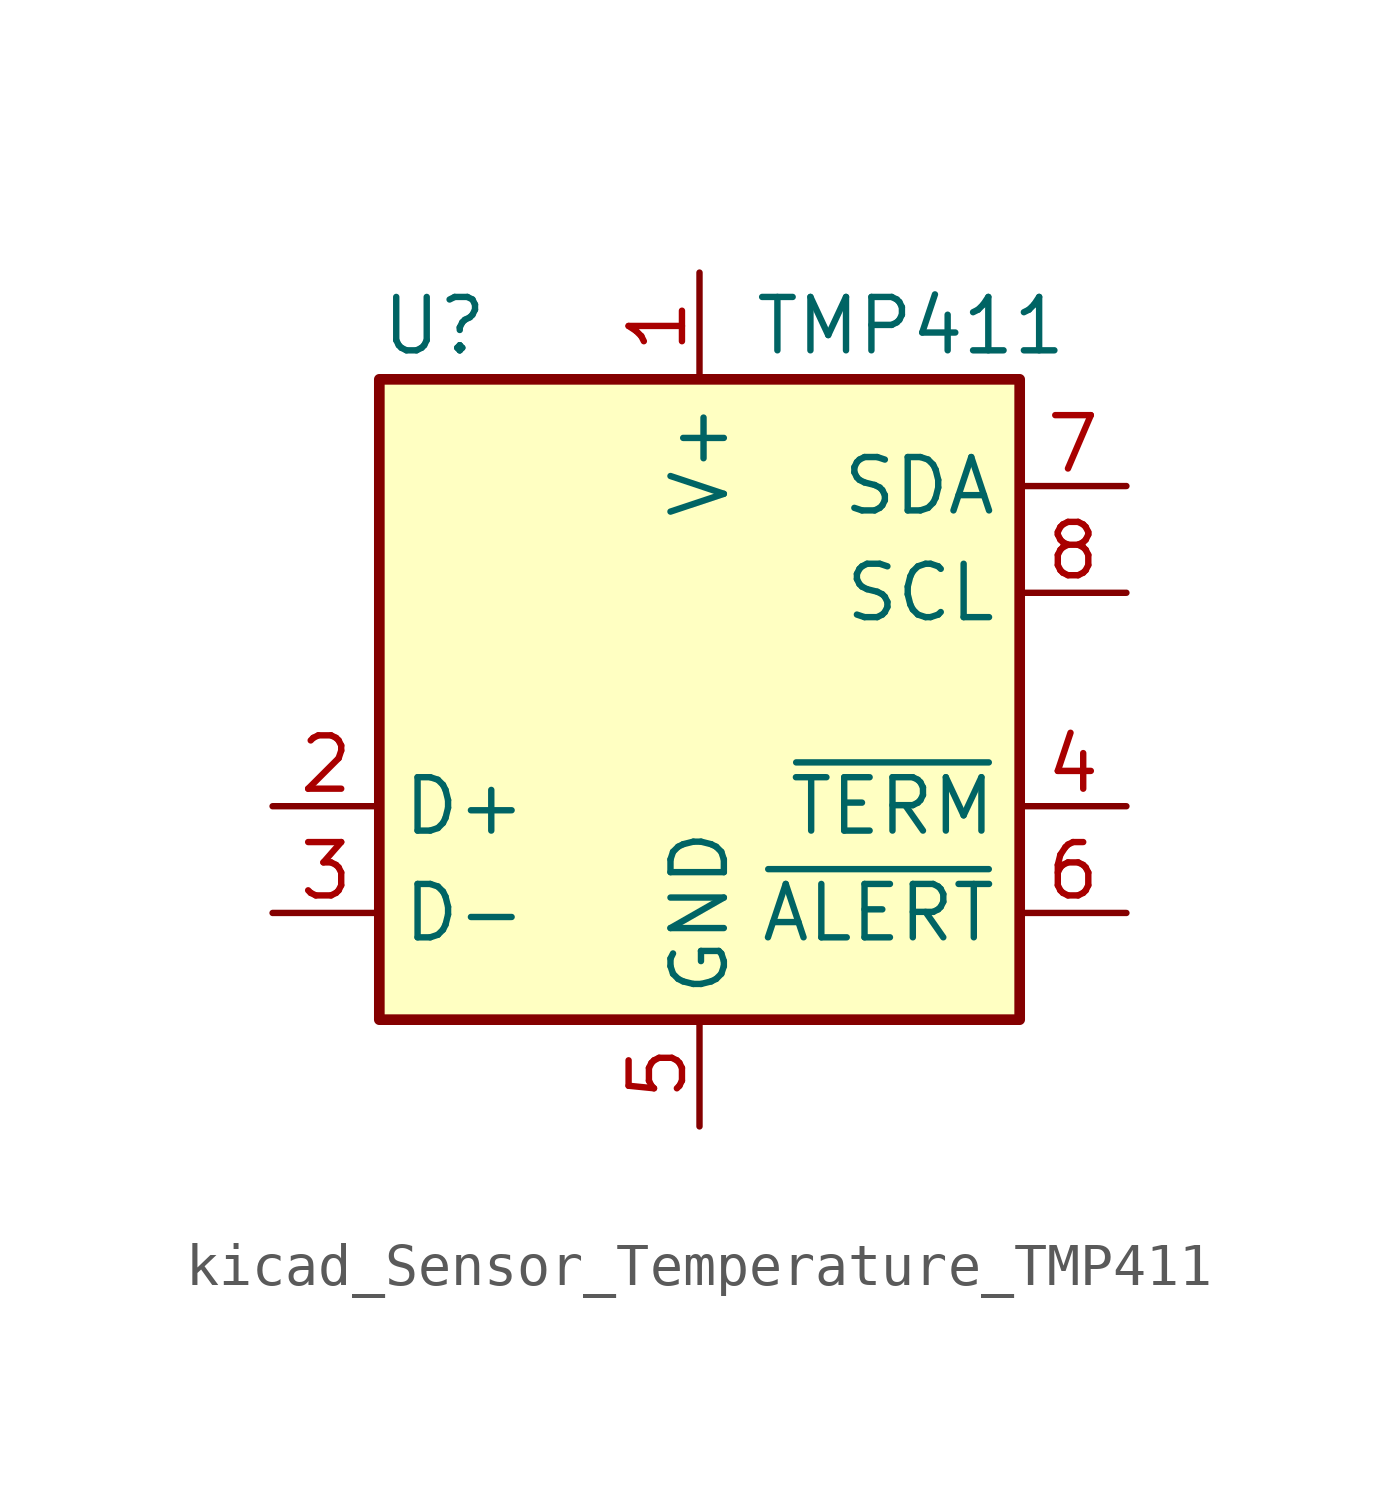
<source format=kicad_sym>
(kicad_symbol_lib
  (version 20220914)
  (generator kicad_symbol_editor)
  (symbol "kicad_Sensor_Temperature_TMP411"
    (property "Reference" "U"
      (at -7.62 8.89 0)
      (effects (font (size 1.27 1.27)) (justify left)))
    (property "Value" "TMP411"
      (at 1.27 8.89 0)
      (effects (font (size 1.27 1.27)) (justify left)))
    (symbol "kicad_Sensor_Temperature_TMP411_0_1"
      (rectangle (start -7.62 7.62) (end 7.62 -7.62) (stroke (width 0.254) (type default)) (fill (type background))))
    (symbol "kicad_Sensor_Temperature_TMP411_1_1"
      (pin power_in line (at 0 10.16 270) (length 2.54) (name "V+" (effects (font (size 1.27 1.27)))) (number "1" (effects (font (size 1.27 1.27)))))
      (pin passive line (at -10.16 -2.54 0) (length 2.54) (name "D+" (effects (font (size 1.27 1.27)))) (number "2" (effects (font (size 1.27 1.27)))))
      (pin passive line (at -10.16 -5.08 0) (length 2.54) (name "D-" (effects (font (size 1.27 1.27)))) (number "3" (effects (font (size 1.27 1.27)))))
      (pin open_collector line (at 10.16 -2.54 180) (length 2.54) (name "~{TERM}" (effects (font (size 1.27 1.27)))) (number "4" (effects (font (size 1.27 1.27)))))
      (pin power_in line (at 0 -10.16 90) (length 2.54) (name "GND" (effects (font (size 1.27 1.27)))) (number "5" (effects (font (size 1.27 1.27)))))
      (pin open_collector line (at 10.16 -5.08 180) (length 2.54) (name "~{ALERT}" (effects (font (size 1.27 1.27)))) (number "6" (effects (font (size 1.27 1.27)))))
      (pin bidirectional line (at 10.16 5.08 180) (length 2.54) (name "SDA" (effects (font (size 1.27 1.27)))) (number "7" (effects (font (size 1.27 1.27)))))
      (pin input line (at 10.16 2.54 180) (length 2.54) (name "SCL" (effects (font (size 1.27 1.27)))) (number "8" (effects (font (size 1.27 1.27))))))))
</source>
